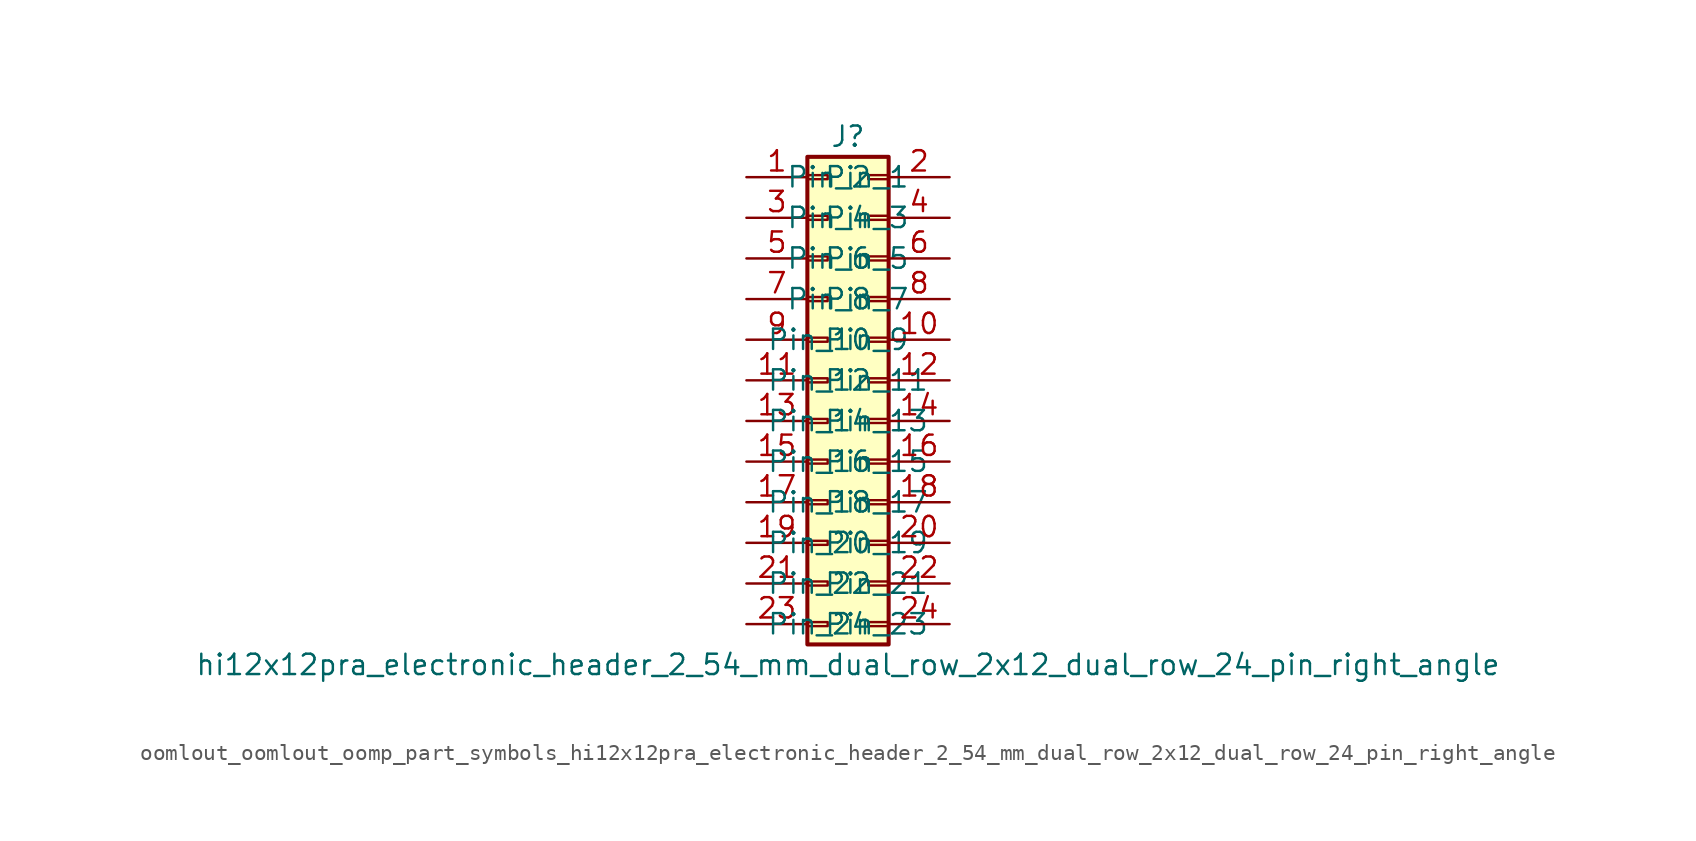
<source format=kicad_sym>
(kicad_symbol_lib
  (version 20220914)
  (generator kicad_symbol_editor)
  (symbol "oomlout_oomlout_oomp_part_symbols_hi12x12pra_electronic_header_2_54_mm_dual_row_2x12_dual_row_24_pin_right_angle"
    (pin_names
      (offset 1.016))
    (property "Reference" "J"
      (at 1.27 15.24 0)
      (effects (font (size 1.27 1.27))))
    (property "Value" "hi12x12pra_electronic_header_2_54_mm_dual_row_2x12_dual_row_24_pin_right_angle"
      (at 1.27 -17.78 0)
      (effects (font (size 1.27 1.27))))
    (symbol "oomlout_oomlout_oomp_part_symbols_hi12x12pra_electronic_header_2_54_mm_dual_row_2x12_dual_row_24_pin_right_angle_1_1"
      (rectangle (start -1.27 -15.113) (end 0 -15.367) (stroke (width 0.152) (type default)) (fill (type none)))
      (rectangle (start -1.27 -12.573) (end 0 -12.827) (stroke (width 0.152) (type default)) (fill (type none)))
      (rectangle (start -1.27 -10.033) (end 0 -10.287) (stroke (width 0.152) (type default)) (fill (type none)))
      (rectangle (start -1.27 -7.493) (end 0 -7.747) (stroke (width 0.152) (type default)) (fill (type none)))
      (rectangle (start -1.27 -4.953) (end 0 -5.207) (stroke (width 0.152) (type default)) (fill (type none)))
      (rectangle (start -1.27 -2.413) (end 0 -2.667) (stroke (width 0.152) (type default)) (fill (type none)))
      (rectangle (start -1.27 0.127) (end 0 -0.127) (stroke (width 0.152) (type default)) (fill (type none)))
      (rectangle (start -1.27 2.667) (end 0 2.413) (stroke (width 0.152) (type default)) (fill (type none)))
      (rectangle (start -1.27 5.207) (end 0 4.953) (stroke (width 0.152) (type default)) (fill (type none)))
      (rectangle (start -1.27 7.747) (end 0 7.493) (stroke (width 0.152) (type default)) (fill (type none)))
      (rectangle (start -1.27 10.287) (end 0 10.033) (stroke (width 0.152) (type default)) (fill (type none)))
      (rectangle (start -1.27 12.827) (end 0 12.573) (stroke (width 0.152) (type default)) (fill (type none)))
      (rectangle (start -1.27 13.97) (end 3.81 -16.51) (stroke (width 0.254) (type default)) (fill (type background)))
      (rectangle (start 3.81 -15.113) (end 2.54 -15.367) (stroke (width 0.152) (type default)) (fill (type none)))
      (rectangle (start 3.81 -12.573) (end 2.54 -12.827) (stroke (width 0.152) (type default)) (fill (type none)))
      (rectangle (start 3.81 -10.033) (end 2.54 -10.287) (stroke (width 0.152) (type default)) (fill (type none)))
      (rectangle (start 3.81 -7.493) (end 2.54 -7.747) (stroke (width 0.152) (type default)) (fill (type none)))
      (rectangle (start 3.81 -4.953) (end 2.54 -5.207) (stroke (width 0.152) (type default)) (fill (type none)))
      (rectangle (start 3.81 -2.413) (end 2.54 -2.667) (stroke (width 0.152) (type default)) (fill (type none)))
      (rectangle (start 3.81 0.127) (end 2.54 -0.127) (stroke (width 0.152) (type default)) (fill (type none)))
      (rectangle (start 3.81 2.667) (end 2.54 2.413) (stroke (width 0.152) (type default)) (fill (type none)))
      (rectangle (start 3.81 5.207) (end 2.54 4.953) (stroke (width 0.152) (type default)) (fill (type none)))
      (rectangle (start 3.81 7.747) (end 2.54 7.493) (stroke (width 0.152) (type default)) (fill (type none)))
      (rectangle (start 3.81 10.287) (end 2.54 10.033) (stroke (width 0.152) (type default)) (fill (type none)))
      (rectangle (start 3.81 12.827) (end 2.54 12.573) (stroke (width 0.152) (type default)) (fill (type none)))
      (pin passive line (at -5.08 12.7 0) (length 3.81) (name "Pin_1" (effects (font (size 1.27 1.27)))) (number "1" (effects (font (size 1.27 1.27)))))
      (pin passive line (at 7.62 2.54 180) (length 3.81) (name "Pin_10" (effects (font (size 1.27 1.27)))) (number "10" (effects (font (size 1.27 1.27)))))
      (pin passive line (at -5.08 0 0) (length 3.81) (name "Pin_11" (effects (font (size 1.27 1.27)))) (number "11" (effects (font (size 1.27 1.27)))))
      (pin passive line (at 7.62 0 180) (length 3.81) (name "Pin_12" (effects (font (size 1.27 1.27)))) (number "12" (effects (font (size 1.27 1.27)))))
      (pin passive line (at -5.08 -2.54 0) (length 3.81) (name "Pin_13" (effects (font (size 1.27 1.27)))) (number "13" (effects (font (size 1.27 1.27)))))
      (pin passive line (at 7.62 -2.54 180) (length 3.81) (name "Pin_14" (effects (font (size 1.27 1.27)))) (number "14" (effects (font (size 1.27 1.27)))))
      (pin passive line (at -5.08 -5.08 0) (length 3.81) (name "Pin_15" (effects (font (size 1.27 1.27)))) (number "15" (effects (font (size 1.27 1.27)))))
      (pin passive line (at 7.62 -5.08 180) (length 3.81) (name "Pin_16" (effects (font (size 1.27 1.27)))) (number "16" (effects (font (size 1.27 1.27)))))
      (pin passive line (at -5.08 -7.62 0) (length 3.81) (name "Pin_17" (effects (font (size 1.27 1.27)))) (number "17" (effects (font (size 1.27 1.27)))))
      (pin passive line (at 7.62 -7.62 180) (length 3.81) (name "Pin_18" (effects (font (size 1.27 1.27)))) (number "18" (effects (font (size 1.27 1.27)))))
      (pin passive line (at -5.08 -10.16 0) (length 3.81) (name "Pin_19" (effects (font (size 1.27 1.27)))) (number "19" (effects (font (size 1.27 1.27)))))
      (pin passive line (at 7.62 12.7 180) (length 3.81) (name "Pin_2" (effects (font (size 1.27 1.27)))) (number "2" (effects (font (size 1.27 1.27)))))
      (pin passive line (at 7.62 -10.16 180) (length 3.81) (name "Pin_20" (effects (font (size 1.27 1.27)))) (number "20" (effects (font (size 1.27 1.27)))))
      (pin passive line (at -5.08 -12.7 0) (length 3.81) (name "Pin_21" (effects (font (size 1.27 1.27)))) (number "21" (effects (font (size 1.27 1.27)))))
      (pin passive line (at 7.62 -12.7 180) (length 3.81) (name "Pin_22" (effects (font (size 1.27 1.27)))) (number "22" (effects (font (size 1.27 1.27)))))
      (pin passive line (at -5.08 -15.24 0) (length 3.81) (name "Pin_23" (effects (font (size 1.27 1.27)))) (number "23" (effects (font (size 1.27 1.27)))))
      (pin passive line (at 7.62 -15.24 180) (length 3.81) (name "Pin_24" (effects (font (size 1.27 1.27)))) (number "24" (effects (font (size 1.27 1.27)))))
      (pin passive line (at -5.08 10.16 0) (length 3.81) (name "Pin_3" (effects (font (size 1.27 1.27)))) (number "3" (effects (font (size 1.27 1.27)))))
      (pin passive line (at 7.62 10.16 180) (length 3.81) (name "Pin_4" (effects (font (size 1.27 1.27)))) (number "4" (effects (font (size 1.27 1.27)))))
      (pin passive line (at -5.08 7.62 0) (length 3.81) (name "Pin_5" (effects (font (size 1.27 1.27)))) (number "5" (effects (font (size 1.27 1.27)))))
      (pin passive line (at 7.62 7.62 180) (length 3.81) (name "Pin_6" (effects (font (size 1.27 1.27)))) (number "6" (effects (font (size 1.27 1.27)))))
      (pin passive line (at -5.08 5.08 0) (length 3.81) (name "Pin_7" (effects (font (size 1.27 1.27)))) (number "7" (effects (font (size 1.27 1.27)))))
      (pin passive line (at 7.62 5.08 180) (length 3.81) (name "Pin_8" (effects (font (size 1.27 1.27)))) (number "8" (effects (font (size 1.27 1.27)))))
      (pin passive line (at -5.08 2.54 0) (length 3.81) (name "Pin_9" (effects (font (size 1.27 1.27)))) (number "9" (effects (font (size 1.27 1.27))))))))
</source>
